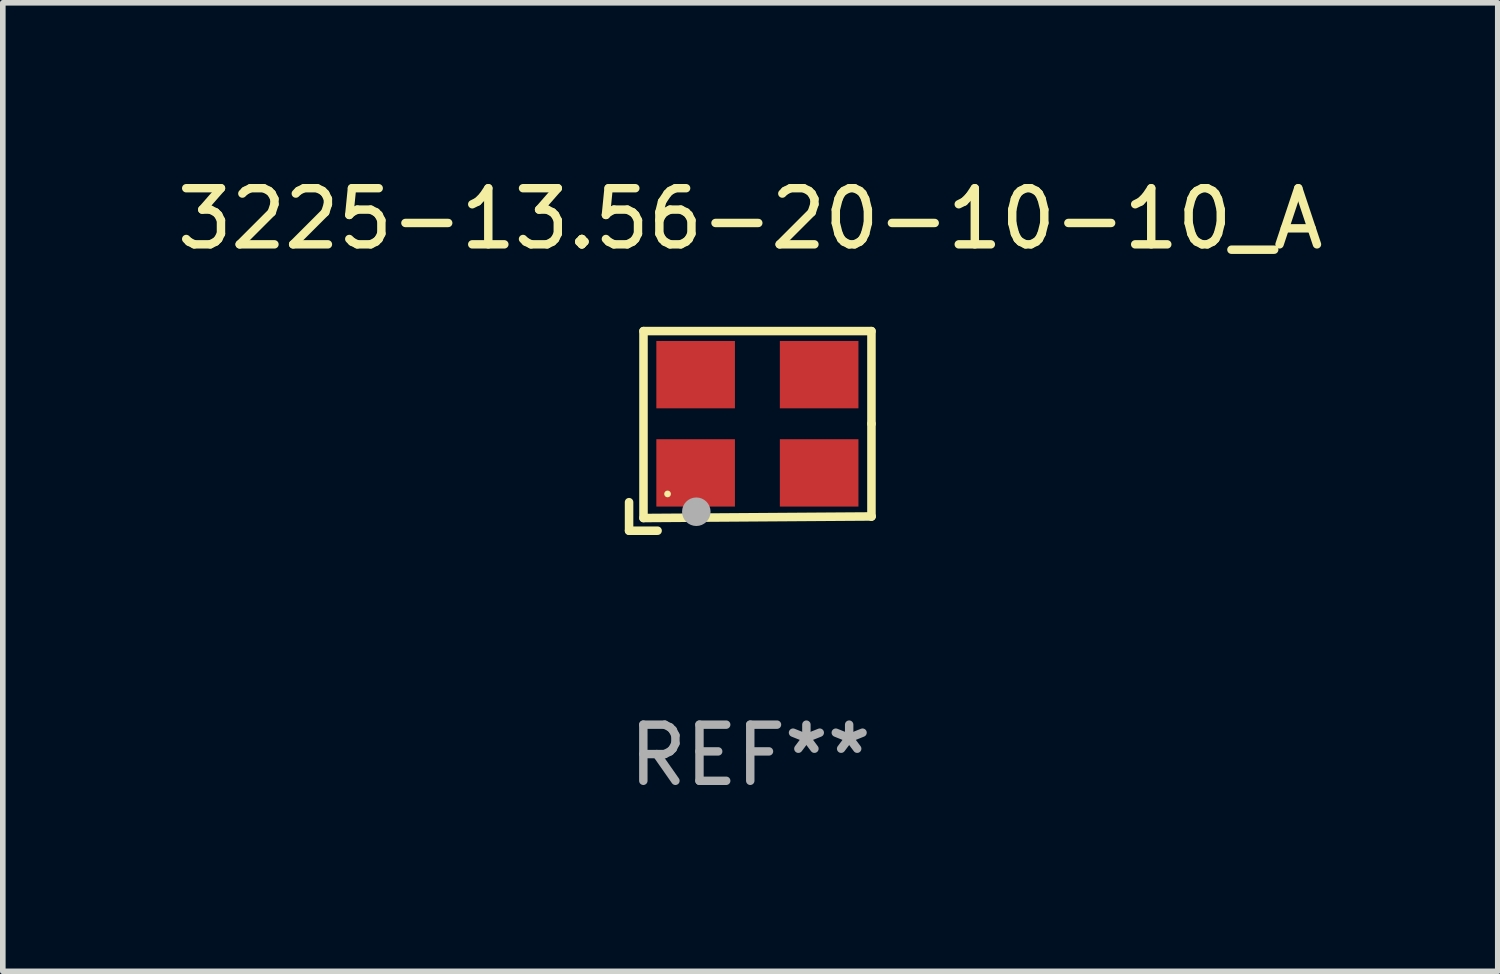
<source format=kicad_pcb>
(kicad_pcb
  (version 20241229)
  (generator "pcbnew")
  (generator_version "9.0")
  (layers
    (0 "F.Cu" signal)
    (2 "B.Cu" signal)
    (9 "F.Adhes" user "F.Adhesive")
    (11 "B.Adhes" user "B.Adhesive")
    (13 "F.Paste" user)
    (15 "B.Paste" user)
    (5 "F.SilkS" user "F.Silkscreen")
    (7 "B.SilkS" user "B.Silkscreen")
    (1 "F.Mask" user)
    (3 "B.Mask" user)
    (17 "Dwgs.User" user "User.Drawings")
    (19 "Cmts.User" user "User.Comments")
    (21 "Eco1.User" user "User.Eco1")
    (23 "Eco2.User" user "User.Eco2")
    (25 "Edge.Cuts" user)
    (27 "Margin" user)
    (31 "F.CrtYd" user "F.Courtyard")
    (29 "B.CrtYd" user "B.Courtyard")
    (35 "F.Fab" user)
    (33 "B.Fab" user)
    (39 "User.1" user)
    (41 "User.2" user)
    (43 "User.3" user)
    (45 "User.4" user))
  (footprint "3225-13.56-20-10-10_A"
    (layer "F.Cu")
    (at 10.315 4.626)
    (property "Reference" "3225-13.56-20-10-10_A" (at 0 -3.778 0) (layer "F.SilkS") (effects (font (size 1 1) (thickness 0.15))))
    (attr through_hole)
    (fp_line (start -2.159 1.27) (end -2.159 1.778) (stroke (width 0.152) (type solid)) (layer "F.SilkS"))
    (fp_line (start -2.159 1.778) (end -1.651 1.778) (stroke (width 0.152) (type solid)) (layer "F.SilkS"))
    (fp_line (start -1.902 -1.778) (end 2.159 -1.778) (stroke (width 0.152) (type solid)) (layer "F.SilkS"))
    (fp_line (start -1.902 1.552) (end -1.902 -1.778) (stroke (width 0.152) (type solid)) (layer "F.SilkS"))
    (fp_line (start 2.159 -1.778) (end 2.159 -0.127) (stroke (width 0.152) (type solid)) (layer "F.SilkS"))
    (fp_line (start 2.159 -0.127) (end 2.159 1.524) (stroke (width 0.152) (type solid)) (layer "F.SilkS"))
    (fp_line (start 2.159 1.524) (end -1.902 1.552) (stroke (width 0.152) (type solid)) (layer "F.SilkS"))
    (fp_line (start 2.159 1.524) (end 2.159 1.524) (stroke (width 0.152) (type solid)) (layer "F.SilkS"))
    (fp_circle (center -1.473 1.123) (end -1.443 1.123) (stroke (width 0.06) (type solid)) (fill no) (layer "F.SilkS"))
    (fp_circle (center -0.961 1.44) (end -0.834 1.44) (stroke (width 0.254) (type solid)) (fill no) (layer "F.Fab"))
    (fp_text user "REF**" (at 0 5.778 0) (layer "F.Fab") (effects (font (size 1 1) (thickness 0.15))))
    (pad "1" smd rect (at -0.973 0.748) (size 1.4 1.2) (layers "F.Cu" "F.Mask" "F.Paste"))
    (pad "2" smd rect (at 1.227 0.748) (size 1.4 1.2) (layers "F.Cu" "F.Mask" "F.Paste"))
    (pad "3" smd rect (at 1.227 -1.002) (size 1.4 1.2) (layers "F.Cu" "F.Mask" "F.Paste"))
    (pad "4" smd rect (at -0.973 -1.002) (size 1.4 1.2) (layers "F.Cu" "F.Mask" "F.Paste")))
  (gr_rect
    (start -3 -3)
    (end 23.631 14.253)
    (stroke (width 0.1) (type default))
    (fill no)
    (layer "Edge.Cuts")))
</source>
